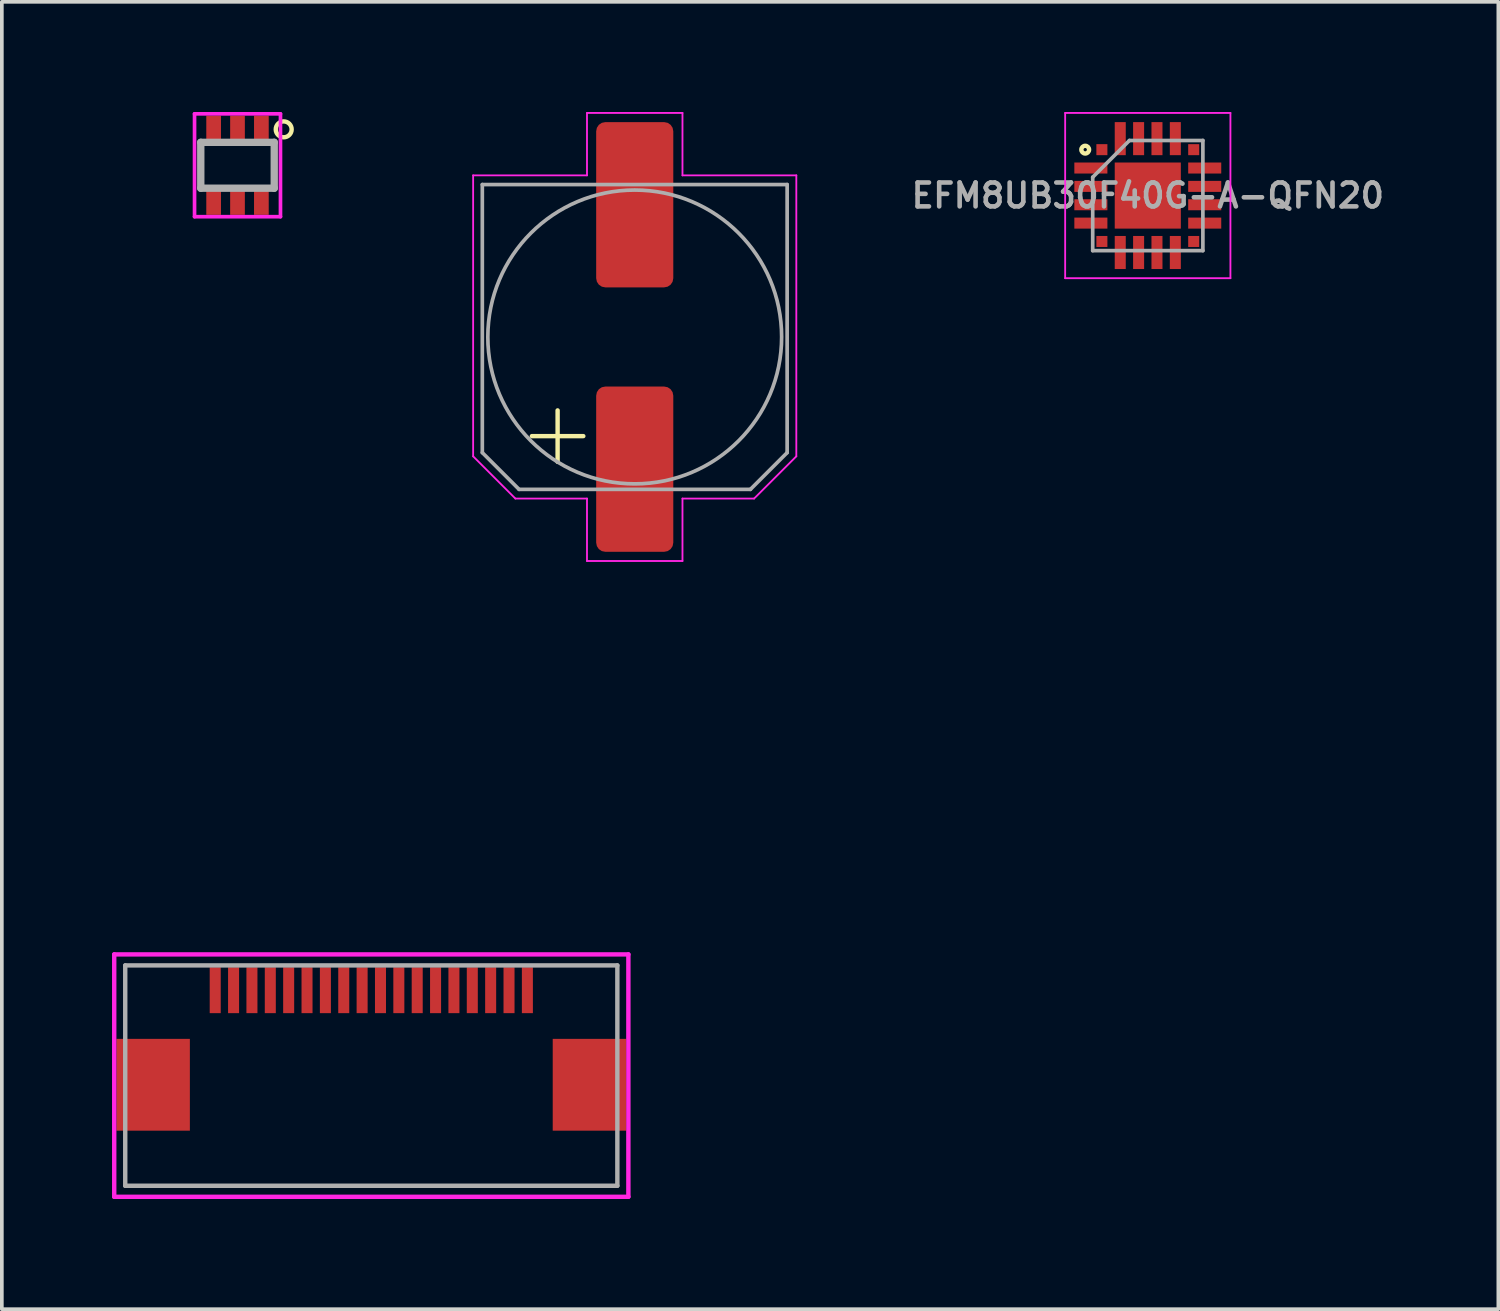
<source format=kicad_pcb>
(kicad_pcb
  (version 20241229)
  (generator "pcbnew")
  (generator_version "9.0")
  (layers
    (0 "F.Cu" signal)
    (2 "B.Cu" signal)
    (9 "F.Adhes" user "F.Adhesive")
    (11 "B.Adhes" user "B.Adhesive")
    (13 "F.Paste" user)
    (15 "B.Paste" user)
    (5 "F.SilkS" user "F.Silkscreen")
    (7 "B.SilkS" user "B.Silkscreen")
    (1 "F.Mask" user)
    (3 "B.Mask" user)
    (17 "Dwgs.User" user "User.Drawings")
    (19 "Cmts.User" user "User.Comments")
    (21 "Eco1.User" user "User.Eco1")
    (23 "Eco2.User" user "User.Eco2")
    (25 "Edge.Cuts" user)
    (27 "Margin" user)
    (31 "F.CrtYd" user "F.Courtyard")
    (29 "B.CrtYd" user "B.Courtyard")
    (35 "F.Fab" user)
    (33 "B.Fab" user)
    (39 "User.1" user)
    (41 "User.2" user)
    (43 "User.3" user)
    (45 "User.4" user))
  (footprint "F0502-B-18-20T-R"
    (layer "F.Cu")
    (at 7.06 25.237)
    (property "Reference" "F0502-B-18-20T-R" (at 0.157 -9.68 0) (layer "Eco2.User") (effects (font (size 0.3 0.3) (thickness 0.075))))
    (attr through_hole)
    (fp_line (start -7 -2.3) (end 7 -2.3) (stroke (width 0.12) (type solid)) (layer "F.CrtYd"))
    (fp_line (start -7 4.3) (end -7 -2.3) (stroke (width 0.12) (type solid)) (layer "F.CrtYd"))
    (fp_line (start 7 -2.3) (end 7 4.3) (stroke (width 0.12) (type solid)) (layer "F.CrtYd"))
    (fp_line (start 7 4.3) (end -7 4.3) (stroke (width 0.12) (type solid)) (layer "F.CrtYd"))
    (fp_line (start -6.7 -2) (end 6.7 -2) (stroke (width 0.12) (type solid)) (layer "F.Fab"))
    (fp_line (start -6.7 4) (end -6.7 -2) (stroke (width 0.12) (type solid)) (layer "F.Fab"))
    (fp_line (start 6.7 -2) (end 6.7 4) (stroke (width 0.12) (type solid)) (layer "F.Fab"))
    (fp_line (start 6.7 4) (end -6.7 4) (stroke (width 0.12) (type solid)) (layer "F.Fab"))
    (pad "1" smd rect (at -4.25 -1.325) (size 0.3 1.25) (layers "F.Cu" "F.Mask" "F.Paste"))
    (pad "2" smd rect (at -3.75 -1.325) (size 0.3 1.25) (layers "F.Cu" "F.Mask" "F.Paste"))
    (pad "3" smd rect (at -3.25 -1.325) (size 0.3 1.25) (layers "F.Cu" "F.Mask" "F.Paste"))
    (pad "4" smd rect (at -2.75 -1.325) (size 0.3 1.25) (layers "F.Cu" "F.Mask" "F.Paste"))
    (pad "5" smd rect (at -2.25 -1.325) (size 0.3 1.25) (layers "F.Cu" "F.Mask" "F.Paste"))
    (pad "6" smd rect (at -1.75 -1.325) (size 0.3 1.25) (layers "F.Cu" "F.Mask" "F.Paste"))
    (pad "7" smd rect (at -1.25 -1.325) (size 0.3 1.25) (layers "F.Cu" "F.Mask" "F.Paste"))
    (pad "8" smd rect (at -0.75 -1.325) (size 0.3 1.25) (layers "F.Cu" "F.Mask" "F.Paste"))
    (pad "9" smd rect (at -0.25 -1.325) (size 0.3 1.25) (layers "F.Cu" "F.Mask" "F.Paste"))
    (pad "10" smd rect (at 0.25 -1.325) (size 0.3 1.25) (layers "F.Cu" "F.Mask" "F.Paste"))
    (pad "11" smd rect (at 0.75 -1.325) (size 0.3 1.25) (layers "F.Cu" "F.Mask" "F.Paste"))
    (pad "12" smd rect (at 1.25 -1.325) (size 0.3 1.25) (layers "F.Cu" "F.Mask" "F.Paste"))
    (pad "13" smd rect (at 1.75 -1.325) (size 0.3 1.25) (layers "F.Cu" "F.Mask" "F.Paste"))
    (pad "14" smd rect (at 2.25 -1.325) (size 0.3 1.25) (layers "F.Cu" "F.Mask" "F.Paste"))
    (pad "15" smd rect (at 2.75 -1.325) (size 0.3 1.25) (layers "F.Cu" "F.Mask" "F.Paste"))
    (pad "16" smd rect (at 3.25 -1.325) (size 0.3 1.25) (layers "F.Cu" "F.Mask" "F.Paste"))
    (pad "17" smd rect (at 3.75 -1.325) (size 0.3 1.25) (layers "F.Cu" "F.Mask" "F.Paste"))
    (pad "18" smd rect (at 4.25 -1.325) (size 0.3 1.25) (layers "F.Cu" "F.Mask" "F.Paste"))
    (pad "19" smd rect (at 5.94 1.25) (size 2 2.5) (layers "F.Cu" "F.Mask" "F.Paste"))
    (pad "20" smd rect (at -5.94 1.25) (size 2 2.5) (layers "F.Cu" "F.Mask" "F.Paste")))
  (footprint "EEEFT1V331GP"
    (layer "F.Cu")
    (at 14.233 6.125)
    (property "Reference" "EEEFT1V331GP" (at 0.056 -0.036 0) (layer "Eco2.User") (effects (font (size 0.3 0.3) (thickness 0.075))))
    (attr smd)
    (fp_line (start -2.8 2.7) (end -1.4 2.7) (stroke (width 0.12) (type solid)) (layer "F.SilkS"))
    (fp_line (start -2.1 3.4) (end -2.1 2) (stroke (width 0.12) (type solid)) (layer "F.SilkS"))
    (fp_line (start -4.4 -4.4) (end -1.3 -4.4) (stroke (width 0.05) (type solid)) (layer "F.CrtYd"))
    (fp_line (start -4.4 3.25) (end -4.4 -4.4) (stroke (width 0.05) (type solid)) (layer "F.CrtYd"))
    (fp_line (start -3.25 4.4) (end -4.4 3.25) (stroke (width 0.05) (type solid)) (layer "F.CrtYd"))
    (fp_line (start -3.25 4.4) (end -1.3 4.4) (stroke (width 0.05) (type solid)) (layer "F.CrtYd"))
    (fp_line (start -1.3 -6.1) (end 1.3 -6.1) (stroke (width 0.05) (type solid)) (layer "F.CrtYd"))
    (fp_line (start -1.3 -4.4) (end -1.3 -6.1) (stroke (width 0.05) (type solid)) (layer "F.CrtYd"))
    (fp_line (start -1.3 4.4) (end -1.3 6.1) (stroke (width 0.05) (type solid)) (layer "F.CrtYd"))
    (fp_line (start -1.3 6.1) (end 1.3 6.1) (stroke (width 0.05) (type solid)) (layer "F.CrtYd"))
    (fp_line (start 1.3 -6.1) (end 1.3 -4.4) (stroke (width 0.05) (type solid)) (layer "F.CrtYd"))
    (fp_line (start 1.3 -4.4) (end 4.4 -4.4) (stroke (width 0.05) (type solid)) (layer "F.CrtYd"))
    (fp_line (start 1.3 4.4) (end 3.25 4.4) (stroke (width 0.05) (type solid)) (layer "F.CrtYd"))
    (fp_line (start 1.3 6.1) (end 1.3 4.4) (stroke (width 0.05) (type solid)) (layer "F.CrtYd"))
    (fp_line (start 3.25 4.4) (end 4.4 3.25) (stroke (width 0.05) (type solid)) (layer "F.CrtYd"))
    (fp_line (start 4.4 3.25) (end 4.4 -4.4) (stroke (width 0.05) (type solid)) (layer "F.CrtYd"))
    (fp_line (start -4.15 -4.15) (end 4.15 -4.15) (stroke (width 0.1) (type solid)) (layer "F.Fab"))
    (fp_line (start -4.15 3.15) (end -4.15 -4.15) (stroke (width 0.1) (type solid)) (layer "F.Fab"))
    (fp_line (start -3.15 4.15) (end -4.15 3.15) (stroke (width 0.1) (type solid)) (layer "F.Fab"))
    (fp_line (start -3.15 4.15) (end 3.15 4.15) (stroke (width 0.1) (type solid)) (layer "F.Fab"))
    (fp_line (start 3.15 4.15) (end 4.15 3.15) (stroke (width 0.1) (type solid)) (layer "F.Fab"))
    (fp_line (start 4.15 3.15) (end 4.15 -4.15) (stroke (width 0.1) (type solid)) (layer "F.Fab"))
    (fp_circle (center 0 0) (end 0 -4) (stroke (width 0.1) (type solid)) (fill no) (layer "F.Fab"))
    (pad "1" smd roundrect (at 0 3.6 90) (size 4.5 2.1) (layers "F.Cu" "F.Mask" "F.Paste") (roundrect_rratio 0.119))
    (pad "2" smd roundrect (at 0 -3.6 90) (size 4.5 2.1) (layers "F.Cu" "F.Mask" "F.Paste") (roundrect_rratio 0.119)))
  (footprint "EFM8UB30F40G-A-QFN20"
    (layer "F.Cu")
    (at 28.203 2.275)
    (property "Reference" "EFM8UB30F40G-A-QFN20" (at 0.102 -0.269 0) (layer "Eco2.User") (effects (font (size 0.3 0.3) (thickness 0.075))))
    (attr smd)
    (fp_circle (center -1.704 -1.25) (end -1.648 -1.161) (stroke (width 0.12) (type solid)) (fill no) (layer "F.SilkS"))
    (fp_line (start -2.25 -2.25) (end -2.25 2.25) (stroke (width 0.05) (type solid)) (layer "F.CrtYd"))
    (fp_line (start -2.25 2.25) (end 2.25 2.25) (stroke (width 0.05) (type solid)) (layer "F.CrtYd"))
    (fp_line (start 2.25 -2.25) (end -2.25 -2.25) (stroke (width 0.05) (type solid)) (layer "F.CrtYd"))
    (fp_line (start 2.25 2.25) (end 2.25 -2.25) (stroke (width 0.05) (type solid)) (layer "F.CrtYd"))
    (fp_line (start -1.5 -0.5) (end -0.5 -1.5) (stroke (width 0.1) (type solid)) (layer "F.Fab"))
    (fp_line (start -1.5 1.5) (end -1.5 -0.5) (stroke (width 0.1) (type solid)) (layer "F.Fab"))
    (fp_line (start -0.5 -1.5) (end 1.5 -1.5) (stroke (width 0.1) (type solid)) (layer "F.Fab"))
    (fp_line (start 1.5 -1.5) (end 1.5 1.5) (stroke (width 0.1) (type solid)) (layer "F.Fab"))
    (fp_line (start 1.5 1.5) (end -1.5 1.5) (stroke (width 0.1) (type solid)) (layer "F.Fab"))
    (fp_text user "${REFERENCE}" (at 0 0 0) (layer "F.Fab") (effects (font (size 0.65 0.65) (thickness 0.125))))
    (pad "" smd rect (at -0.45 -0.45) (size 0.54 0.54) (layers "F.Paste"))
    (pad "" smd rect (at -0.45 0.45) (size 0.54 0.54) (layers "F.Paste"))
    (pad "" smd rect (at 0.45 -0.45) (size 0.54 0.54) (layers "F.Paste"))
    (pad "" smd rect (at 0.45 0.45) (size 0.54 0.54) (layers "F.Paste"))
    (pad "1" smd rect (at -1.25 -1.25) (size 0.3 0.3) (layers "F.Cu" "F.Mask" "F.Paste"))
    (pad "2" smd rect (at -1.55 -0.75) (size 0.9 0.3) (layers "F.Cu" "F.Mask" "F.Paste"))
    (pad "3" smd rect (at -1.55 -0.25) (size 0.9 0.3) (layers "F.Cu" "F.Mask" "F.Paste"))
    (pad "4" smd rect (at -1.55 0.25) (size 0.9 0.3) (layers "F.Cu" "F.Mask" "F.Paste"))
    (pad "5" smd rect (at -1.55 0.75) (size 0.9 0.3) (layers "F.Cu" "F.Mask" "F.Paste"))
    (pad "6" smd rect (at -1.25 1.25) (size 0.3 0.3) (layers "F.Cu" "F.Mask" "F.Paste"))
    (pad "7" smd rect (at -0.75 1.55 90) (size 0.9 0.3) (layers "F.Cu" "F.Mask" "F.Paste"))
    (pad "8" smd rect (at -0.25 1.55 90) (size 0.9 0.3) (layers "F.Cu" "F.Mask" "F.Paste"))
    (pad "9" smd rect (at 0.25 1.55 90) (size 0.9 0.3) (layers "F.Cu" "F.Mask" "F.Paste"))
    (pad "10" smd rect (at 0.75 1.55 90) (size 0.9 0.3) (layers "F.Cu" "F.Mask" "F.Paste"))
    (pad "11" smd rect (at 1.25 1.25) (size 0.3 0.3) (layers "F.Cu" "F.Mask" "F.Paste"))
    (pad "12" smd rect (at 1.55 0.75) (size 0.9 0.3) (layers "F.Cu" "F.Mask" "F.Paste"))
    (pad "13" smd rect (at 1.55 0.25) (size 0.9 0.3) (layers "F.Cu" "F.Mask" "F.Paste"))
    (pad "14" smd rect (at 1.55 -0.25) (size 0.9 0.3) (layers "F.Cu" "F.Mask" "F.Paste"))
    (pad "15" smd rect (at 1.55 -0.75) (size 0.9 0.3) (layers "F.Cu" "F.Mask" "F.Paste"))
    (pad "16" smd rect (at 1.25 -1.25) (size 0.3 0.3) (layers "F.Cu" "F.Mask" "F.Paste"))
    (pad "17" smd rect (at 0.75 -1.55 90) (size 0.9 0.3) (layers "F.Cu" "F.Mask" "F.Paste"))
    (pad "18" smd rect (at 0.25 -1.55 90) (size 0.9 0.3) (layers "F.Cu" "F.Mask" "F.Paste"))
    (pad "19" smd rect (at -0.25 -1.55 90) (size 0.9 0.3) (layers "F.Cu" "F.Mask" "F.Paste"))
    (pad "20" smd rect (at -0.75 -1.55 90) (size 0.9 0.3) (layers "F.Cu" "F.Mask" "F.Paste"))
    (pad "21" smd rect (at 0 0) (size 1.8 1.8) (layers "F.Cu" "F.Mask")))
  (footprint "Dual_mosfet_2N7002DW-7-F"
    (layer "F.Cu")
    (at 3.417 1.45)
    (property "Reference" "Dual_mosfet_2N7002DW-7-F" (at -0.013 -0.076 0) (layer "Eco2.User") (effects (font (size 0.3 0.3) (thickness 0.075))))
    (attr smd)
    (fp_circle (center 1.258 -0.978) (end 1.245 -0.762) (stroke (width 0.12) (type solid)) (fill no) (layer "F.SilkS"))
    (fp_line (start -1.17 1.4) (end -1.17 -1.4) (stroke (width 0.1) (type solid)) (layer "F.CrtYd"))
    (fp_line (start 1.17 -1.4) (end -1.17 -1.4) (stroke (width 0.1) (type solid)) (layer "F.CrtYd"))
    (fp_line (start 1.17 -1.4) (end 1.17 1.4) (stroke (width 0.1) (type solid)) (layer "F.CrtYd"))
    (fp_line (start 1.17 1.4) (end -1.17 1.4) (stroke (width 0.1) (type solid)) (layer "F.CrtYd"))
    (fp_line (start -1 -0.625) (end 1 -0.625) (stroke (width 0.2) (type solid)) (layer "F.Fab"))
    (fp_line (start -1 0.625) (end -1 -0.625) (stroke (width 0.2) (type solid)) (layer "F.Fab"))
    (fp_line (start 1 -0.625) (end 1 0.625) (stroke (width 0.2) (type solid)) (layer "F.Fab"))
    (fp_line (start 1 0.625) (end -1 0.625) (stroke (width 0.2) (type solid)) (layer "F.Fab"))
    (pad "1" smd rect (at 0.65 -0.95 180) (size 0.4 0.8) (layers "F.Cu" "F.Mask" "F.Paste"))
    (pad "2" smd rect (at 0 -0.95 180) (size 0.4 0.8) (layers "F.Cu" "F.Mask" "F.Paste"))
    (pad "3" smd rect (at -0.65 -0.95 180) (size 0.4 0.8) (layers "F.Cu" "F.Mask" "F.Paste"))
    (pad "4" smd rect (at -0.65 0.95 180) (size 0.4 0.8) (layers "F.Cu" "F.Mask" "F.Paste"))
    (pad "5" smd rect (at 0 0.95 180) (size 0.4 0.8) (layers "F.Cu" "F.Mask" "F.Paste"))
    (pad "6" smd rect (at 0.65 0.95 180) (size 0.4 0.8) (layers "F.Cu" "F.Mask" "F.Paste")))
  (gr_rect
    (start -3 -3)
    (end 37.748 32.597)
    (stroke (width 0.1) (type default))
    (fill no)
    (layer "Edge.Cuts")))
</source>
